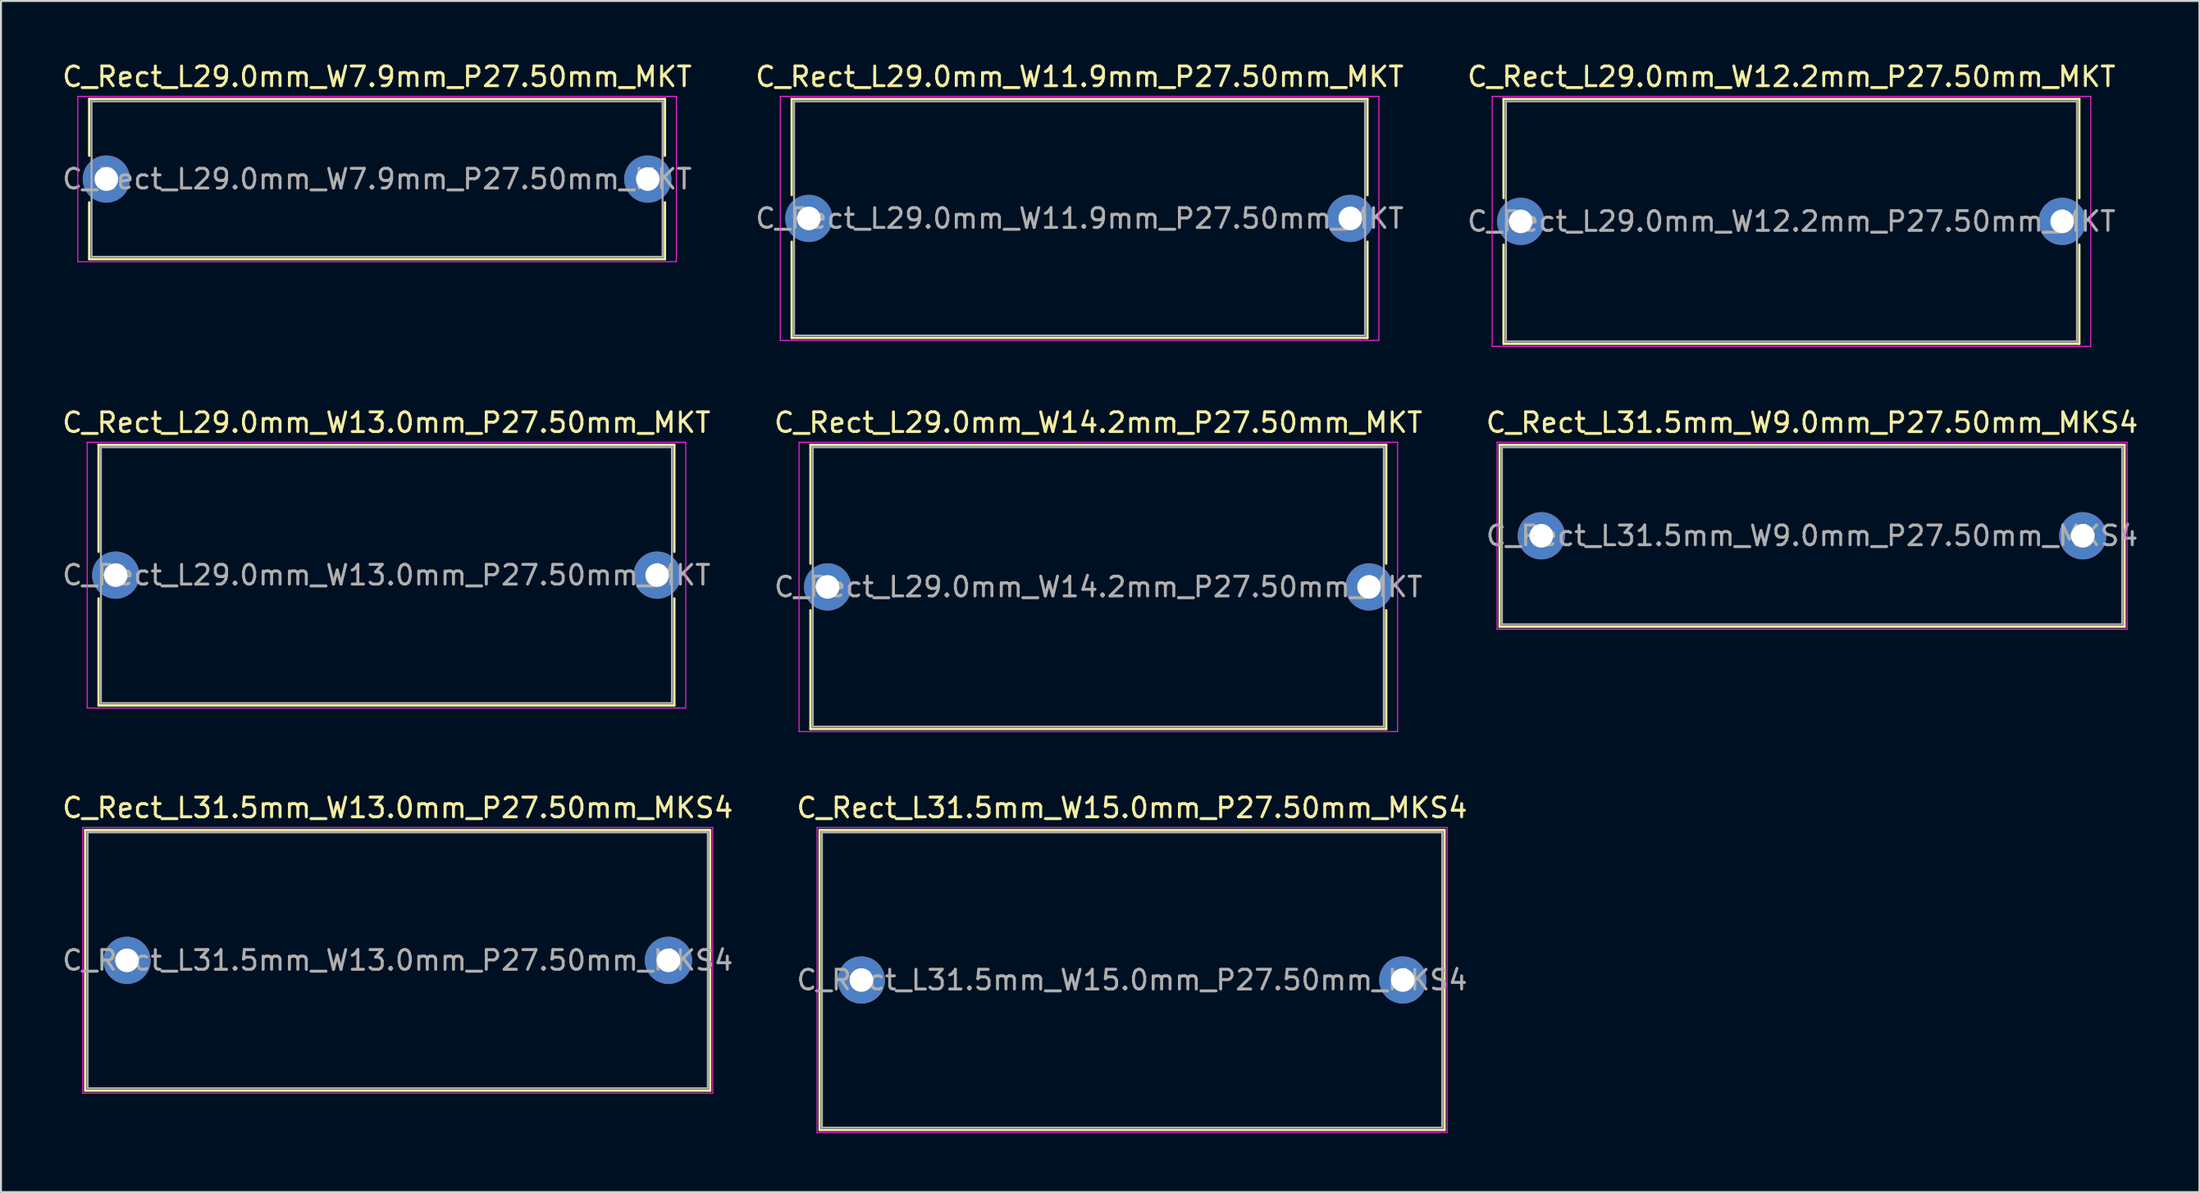
<source format=kicad_pcb>
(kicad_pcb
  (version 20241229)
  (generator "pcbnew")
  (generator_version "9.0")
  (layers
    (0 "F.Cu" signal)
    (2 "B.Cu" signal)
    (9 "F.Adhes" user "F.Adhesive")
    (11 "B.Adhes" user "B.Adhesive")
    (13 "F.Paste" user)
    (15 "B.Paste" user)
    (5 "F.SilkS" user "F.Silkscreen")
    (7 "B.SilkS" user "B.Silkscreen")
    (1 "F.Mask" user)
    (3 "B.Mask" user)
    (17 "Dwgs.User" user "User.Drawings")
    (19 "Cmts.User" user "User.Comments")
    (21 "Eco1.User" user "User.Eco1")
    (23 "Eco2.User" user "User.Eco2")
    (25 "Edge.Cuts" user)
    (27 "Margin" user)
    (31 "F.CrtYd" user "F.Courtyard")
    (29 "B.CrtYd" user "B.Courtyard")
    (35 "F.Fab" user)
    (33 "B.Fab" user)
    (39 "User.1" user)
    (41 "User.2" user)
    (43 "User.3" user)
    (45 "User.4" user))
  (footprint "C_Rect_L31.5mm_W9.0mm_P27.50mm_MKS4"
    (layer "F.Cu")
    (at 75.232 24.172)
    (property "Reference" "C_Rect_L31.5mm_W9.0mm_P27.50mm_MKS4" (at 13.75 -5.75 0) (layer "F.SilkS") (effects (font (size 1 1) (thickness 0.15))))
    (attr through_hole)
    (fp_line (start -2.12 -4.62) (end -2.12 4.62) (stroke (width 0.12) (type solid)) (layer "F.SilkS"))
    (fp_line (start -2.12 -4.62) (end 29.62 -4.62) (stroke (width 0.12) (type solid)) (layer "F.SilkS"))
    (fp_line (start -2.12 4.62) (end 29.62 4.62) (stroke (width 0.12) (type solid)) (layer "F.SilkS"))
    (fp_line (start 29.62 -4.62) (end 29.62 4.62) (stroke (width 0.12) (type solid)) (layer "F.SilkS"))
    (fp_line (start -2.25 -4.75) (end -2.25 4.75) (stroke (width 0.05) (type solid)) (layer "F.CrtYd"))
    (fp_line (start -2.25 4.75) (end 29.75 4.75) (stroke (width 0.05) (type solid)) (layer "F.CrtYd"))
    (fp_line (start 29.75 -4.75) (end -2.25 -4.75) (stroke (width 0.05) (type solid)) (layer "F.CrtYd"))
    (fp_line (start 29.75 4.75) (end 29.75 -4.75) (stroke (width 0.05) (type solid)) (layer "F.CrtYd"))
    (fp_line (start -2 -4.5) (end -2 4.5) (stroke (width 0.1) (type solid)) (layer "F.Fab"))
    (fp_line (start -2 4.5) (end 29.5 4.5) (stroke (width 0.1) (type solid)) (layer "F.Fab"))
    (fp_line (start 29.5 -4.5) (end -2 -4.5) (stroke (width 0.1) (type solid)) (layer "F.Fab"))
    (fp_line (start 29.5 4.5) (end 29.5 -4.5) (stroke (width 0.1) (type solid)) (layer "F.Fab"))
    (fp_text user "${REFERENCE}" (at 13.75 0 0) (layer "F.Fab") (effects (font (size 1 1) (thickness 0.15))))
    (pad "1" thru_hole circle (at 0 0) (size 2.4 2.4) (drill 1.2) (layers "*.Cu" "*.Mask"))
    (pad "2" thru_hole circle (at 27.5 0) (size 2.4 2.4) (drill 1.2) (layers "*.Cu" "*.Mask")))
  (footprint "C_Rect_L29.0mm_W7.9mm_P27.50mm_MKT"
    (layer "F.Cu")
    (at 2.351 6.048)
    (property "Reference" "C_Rect_L29.0mm_W7.9mm_P27.50mm_MKT" (at 13.75 -5.2 0) (layer "F.SilkS") (effects (font (size 1 1) (thickness 0.15))))
    (attr through_hole)
    (fp_line (start -0.87 -4.07) (end -0.87 -1.185) (stroke (width 0.12) (type solid)) (layer "F.SilkS"))
    (fp_line (start -0.87 -4.07) (end 28.37 -4.07) (stroke (width 0.12) (type solid)) (layer "F.SilkS"))
    (fp_line (start -0.87 1.185) (end -0.87 4.07) (stroke (width 0.12) (type solid)) (layer "F.SilkS"))
    (fp_line (start -0.87 4.07) (end 28.37 4.07) (stroke (width 0.12) (type solid)) (layer "F.SilkS"))
    (fp_line (start 28.37 -4.07) (end 28.37 -1.185) (stroke (width 0.12) (type solid)) (layer "F.SilkS"))
    (fp_line (start 28.37 1.185) (end 28.37 4.07) (stroke (width 0.12) (type solid)) (layer "F.SilkS"))
    (fp_line (start -1.45 -4.2) (end -1.45 4.2) (stroke (width 0.05) (type solid)) (layer "F.CrtYd"))
    (fp_line (start -1.45 4.2) (end 28.95 4.2) (stroke (width 0.05) (type solid)) (layer "F.CrtYd"))
    (fp_line (start 28.95 -4.2) (end -1.45 -4.2) (stroke (width 0.05) (type solid)) (layer "F.CrtYd"))
    (fp_line (start 28.95 4.2) (end 28.95 -4.2) (stroke (width 0.05) (type solid)) (layer "F.CrtYd"))
    (fp_line (start -0.75 -3.95) (end -0.75 3.95) (stroke (width 0.1) (type solid)) (layer "F.Fab"))
    (fp_line (start -0.75 3.95) (end 28.25 3.95) (stroke (width 0.1) (type solid)) (layer "F.Fab"))
    (fp_line (start 28.25 -3.95) (end -0.75 -3.95) (stroke (width 0.1) (type solid)) (layer "F.Fab"))
    (fp_line (start 28.25 3.95) (end 28.25 -3.95) (stroke (width 0.1) (type solid)) (layer "F.Fab"))
    (fp_text user "${REFERENCE}" (at 13.75 0 0) (layer "F.Fab") (effects (font (size 1 1) (thickness 0.15))))
    (pad "1" thru_hole circle (at 0 0) (size 2.4 2.4) (drill 1.2) (layers "*.Cu" "*.Mask"))
    (pad "2" thru_hole circle (at 27.5 0) (size 2.4 2.4) (drill 1.2) (layers "*.Cu" "*.Mask")))
  (footprint "C_Rect_L31.5mm_W15.0mm_P27.50mm_MKS4"
    (layer "F.Cu")
    (at 40.696 46.745)
    (property "Reference" "C_Rect_L31.5mm_W15.0mm_P27.50mm_MKS4" (at 13.75 -8.75 0) (layer "F.SilkS") (effects (font (size 1 1) (thickness 0.15))))
    (attr through_hole)
    (fp_line (start -2.12 -7.62) (end -2.12 7.62) (stroke (width 0.12) (type solid)) (layer "F.SilkS"))
    (fp_line (start -2.12 -7.62) (end 29.62 -7.62) (stroke (width 0.12) (type solid)) (layer "F.SilkS"))
    (fp_line (start -2.12 7.62) (end 29.62 7.62) (stroke (width 0.12) (type solid)) (layer "F.SilkS"))
    (fp_line (start 29.62 -7.62) (end 29.62 7.62) (stroke (width 0.12) (type solid)) (layer "F.SilkS"))
    (fp_line (start -2.25 -7.75) (end -2.25 7.75) (stroke (width 0.05) (type solid)) (layer "F.CrtYd"))
    (fp_line (start -2.25 7.75) (end 29.75 7.75) (stroke (width 0.05) (type solid)) (layer "F.CrtYd"))
    (fp_line (start 29.75 -7.75) (end -2.25 -7.75) (stroke (width 0.05) (type solid)) (layer "F.CrtYd"))
    (fp_line (start 29.75 7.75) (end 29.75 -7.75) (stroke (width 0.05) (type solid)) (layer "F.CrtYd"))
    (fp_line (start -2 -7.5) (end -2 7.5) (stroke (width 0.1) (type solid)) (layer "F.Fab"))
    (fp_line (start -2 7.5) (end 29.5 7.5) (stroke (width 0.1) (type solid)) (layer "F.Fab"))
    (fp_line (start 29.5 -7.5) (end -2 -7.5) (stroke (width 0.1) (type solid)) (layer "F.Fab"))
    (fp_line (start 29.5 7.5) (end 29.5 -7.5) (stroke (width 0.1) (type solid)) (layer "F.Fab"))
    (fp_text user "${REFERENCE}" (at 13.75 0 0) (layer "F.Fab") (effects (font (size 1 1) (thickness 0.15))))
    (pad "1" thru_hole circle (at 0 0) (size 2.4 2.4) (drill 1.2) (layers "*.Cu" "*.Mask"))
    (pad "2" thru_hole circle (at 27.5 0) (size 2.4 2.4) (drill 1.2) (layers "*.Cu" "*.Mask")))
  (footprint "C_Rect_L29.0mm_W12.2mm_P27.50mm_MKT"
    (layer "F.Cu")
    (at 74.185 8.198)
    (property "Reference" "C_Rect_L29.0mm_W12.2mm_P27.50mm_MKT" (at 13.75 -7.35 0) (layer "F.SilkS") (effects (font (size 1 1) (thickness 0.15))))
    (attr through_hole)
    (fp_line (start -0.87 -6.22) (end -0.87 -1.185) (stroke (width 0.12) (type solid)) (layer "F.SilkS"))
    (fp_line (start -0.87 -6.22) (end 28.37 -6.22) (stroke (width 0.12) (type solid)) (layer "F.SilkS"))
    (fp_line (start -0.87 1.185) (end -0.87 6.22) (stroke (width 0.12) (type solid)) (layer "F.SilkS"))
    (fp_line (start -0.87 6.22) (end 28.37 6.22) (stroke (width 0.12) (type solid)) (layer "F.SilkS"))
    (fp_line (start 28.37 -6.22) (end 28.37 -1.185) (stroke (width 0.12) (type solid)) (layer "F.SilkS"))
    (fp_line (start 28.37 1.185) (end 28.37 6.22) (stroke (width 0.12) (type solid)) (layer "F.SilkS"))
    (fp_line (start -1.45 -6.35) (end -1.45 6.35) (stroke (width 0.05) (type solid)) (layer "F.CrtYd"))
    (fp_line (start -1.45 6.35) (end 28.95 6.35) (stroke (width 0.05) (type solid)) (layer "F.CrtYd"))
    (fp_line (start 28.95 -6.35) (end -1.45 -6.35) (stroke (width 0.05) (type solid)) (layer "F.CrtYd"))
    (fp_line (start 28.95 6.35) (end 28.95 -6.35) (stroke (width 0.05) (type solid)) (layer "F.CrtYd"))
    (fp_line (start -0.75 -6.1) (end -0.75 6.1) (stroke (width 0.1) (type solid)) (layer "F.Fab"))
    (fp_line (start -0.75 6.1) (end 28.25 6.1) (stroke (width 0.1) (type solid)) (layer "F.Fab"))
    (fp_line (start 28.25 -6.1) (end -0.75 -6.1) (stroke (width 0.1) (type solid)) (layer "F.Fab"))
    (fp_line (start 28.25 6.1) (end 28.25 -6.1) (stroke (width 0.1) (type solid)) (layer "F.Fab"))
    (fp_text user "${REFERENCE}" (at 13.75 0 0) (layer "F.Fab") (effects (font (size 1 1) (thickness 0.15))))
    (pad "1" thru_hole circle (at 0 0) (size 2.4 2.4) (drill 1.2) (layers "*.Cu" "*.Mask"))
    (pad "2" thru_hole circle (at 27.5 0) (size 2.4 2.4) (drill 1.2) (layers "*.Cu" "*.Mask")))
  (footprint "C_Rect_L29.0mm_W11.9mm_P27.50mm_MKT"
    (layer "F.Cu")
    (at 38.03 8.048)
    (property "Reference" "C_Rect_L29.0mm_W11.9mm_P27.50mm_MKT" (at 13.75 -7.2 0) (layer "F.SilkS") (effects (font (size 1 1) (thickness 0.15))))
    (attr through_hole)
    (fp_line (start -0.87 -6.07) (end -0.87 -1.185) (stroke (width 0.12) (type solid)) (layer "F.SilkS"))
    (fp_line (start -0.87 -6.07) (end 28.37 -6.07) (stroke (width 0.12) (type solid)) (layer "F.SilkS"))
    (fp_line (start -0.87 1.185) (end -0.87 6.07) (stroke (width 0.12) (type solid)) (layer "F.SilkS"))
    (fp_line (start -0.87 6.07) (end 28.37 6.07) (stroke (width 0.12) (type solid)) (layer "F.SilkS"))
    (fp_line (start 28.37 -6.07) (end 28.37 -1.185) (stroke (width 0.12) (type solid)) (layer "F.SilkS"))
    (fp_line (start 28.37 1.185) (end 28.37 6.07) (stroke (width 0.12) (type solid)) (layer "F.SilkS"))
    (fp_line (start -1.45 -6.2) (end -1.45 6.2) (stroke (width 0.05) (type solid)) (layer "F.CrtYd"))
    (fp_line (start -1.45 6.2) (end 28.95 6.2) (stroke (width 0.05) (type solid)) (layer "F.CrtYd"))
    (fp_line (start 28.95 -6.2) (end -1.45 -6.2) (stroke (width 0.05) (type solid)) (layer "F.CrtYd"))
    (fp_line (start 28.95 6.2) (end 28.95 -6.2) (stroke (width 0.05) (type solid)) (layer "F.CrtYd"))
    (fp_line (start -0.75 -5.95) (end -0.75 5.95) (stroke (width 0.1) (type solid)) (layer "F.Fab"))
    (fp_line (start -0.75 5.95) (end 28.25 5.95) (stroke (width 0.1) (type solid)) (layer "F.Fab"))
    (fp_line (start 28.25 -5.95) (end -0.75 -5.95) (stroke (width 0.1) (type solid)) (layer "F.Fab"))
    (fp_line (start 28.25 5.95) (end 28.25 -5.95) (stroke (width 0.1) (type solid)) (layer "F.Fab"))
    (fp_text user "${REFERENCE}" (at 13.75 0 0) (layer "F.Fab") (effects (font (size 1 1) (thickness 0.15))))
    (pad "1" thru_hole circle (at 0 0) (size 2.4 2.4) (drill 1.2) (layers "*.Cu" "*.Mask"))
    (pad "2" thru_hole circle (at 27.5 0) (size 2.4 2.4) (drill 1.2) (layers "*.Cu" "*.Mask")))
  (footprint "C_Rect_L31.5mm_W13.0mm_P27.50mm_MKS4"
    (layer "F.Cu")
    (at 3.399 45.745)
    (property "Reference" "C_Rect_L31.5mm_W13.0mm_P27.50mm_MKS4" (at 13.75 -7.75 0) (layer "F.SilkS") (effects (font (size 1 1) (thickness 0.15))))
    (attr through_hole)
    (fp_line (start -2.12 -6.62) (end -2.12 6.62) (stroke (width 0.12) (type solid)) (layer "F.SilkS"))
    (fp_line (start -2.12 -6.62) (end 29.62 -6.62) (stroke (width 0.12) (type solid)) (layer "F.SilkS"))
    (fp_line (start -2.12 6.62) (end 29.62 6.62) (stroke (width 0.12) (type solid)) (layer "F.SilkS"))
    (fp_line (start 29.62 -6.62) (end 29.62 6.62) (stroke (width 0.12) (type solid)) (layer "F.SilkS"))
    (fp_line (start -2.25 -6.75) (end -2.25 6.75) (stroke (width 0.05) (type solid)) (layer "F.CrtYd"))
    (fp_line (start -2.25 6.75) (end 29.75 6.75) (stroke (width 0.05) (type solid)) (layer "F.CrtYd"))
    (fp_line (start 29.75 -6.75) (end -2.25 -6.75) (stroke (width 0.05) (type solid)) (layer "F.CrtYd"))
    (fp_line (start 29.75 6.75) (end 29.75 -6.75) (stroke (width 0.05) (type solid)) (layer "F.CrtYd"))
    (fp_line (start -2 -6.5) (end -2 6.5) (stroke (width 0.1) (type solid)) (layer "F.Fab"))
    (fp_line (start -2 6.5) (end 29.5 6.5) (stroke (width 0.1) (type solid)) (layer "F.Fab"))
    (fp_line (start 29.5 -6.5) (end -2 -6.5) (stroke (width 0.1) (type solid)) (layer "F.Fab"))
    (fp_line (start 29.5 6.5) (end 29.5 -6.5) (stroke (width 0.1) (type solid)) (layer "F.Fab"))
    (fp_text user "${REFERENCE}" (at 13.75 0 0) (layer "F.Fab") (effects (font (size 1 1) (thickness 0.15))))
    (pad "1" thru_hole circle (at 0 0) (size 2.4 2.4) (drill 1.2) (layers "*.Cu" "*.Mask"))
    (pad "2" thru_hole circle (at 27.5 0) (size 2.4 2.4) (drill 1.2) (layers "*.Cu" "*.Mask")))
  (footprint "C_Rect_L29.0mm_W13.0mm_P27.50mm_MKT"
    (layer "F.Cu")
    (at 2.827 26.172)
    (property "Reference" "C_Rect_L29.0mm_W13.0mm_P27.50mm_MKT" (at 13.75 -7.75 0) (layer "F.SilkS") (effects (font (size 1 1) (thickness 0.15))))
    (attr through_hole)
    (fp_line (start -0.87 -6.62) (end -0.87 -1.185) (stroke (width 0.12) (type solid)) (layer "F.SilkS"))
    (fp_line (start -0.87 -6.62) (end 28.37 -6.62) (stroke (width 0.12) (type solid)) (layer "F.SilkS"))
    (fp_line (start -0.87 1.185) (end -0.87 6.62) (stroke (width 0.12) (type solid)) (layer "F.SilkS"))
    (fp_line (start -0.87 6.62) (end 28.37 6.62) (stroke (width 0.12) (type solid)) (layer "F.SilkS"))
    (fp_line (start 28.37 -6.62) (end 28.37 -1.185) (stroke (width 0.12) (type solid)) (layer "F.SilkS"))
    (fp_line (start 28.37 1.185) (end 28.37 6.62) (stroke (width 0.12) (type solid)) (layer "F.SilkS"))
    (fp_line (start -1.45 -6.75) (end -1.45 6.75) (stroke (width 0.05) (type solid)) (layer "F.CrtYd"))
    (fp_line (start -1.45 6.75) (end 28.95 6.75) (stroke (width 0.05) (type solid)) (layer "F.CrtYd"))
    (fp_line (start 28.95 -6.75) (end -1.45 -6.75) (stroke (width 0.05) (type solid)) (layer "F.CrtYd"))
    (fp_line (start 28.95 6.75) (end 28.95 -6.75) (stroke (width 0.05) (type solid)) (layer "F.CrtYd"))
    (fp_line (start -0.75 -6.5) (end -0.75 6.5) (stroke (width 0.1) (type solid)) (layer "F.Fab"))
    (fp_line (start -0.75 6.5) (end 28.25 6.5) (stroke (width 0.1) (type solid)) (layer "F.Fab"))
    (fp_line (start 28.25 -6.5) (end -0.75 -6.5) (stroke (width 0.1) (type solid)) (layer "F.Fab"))
    (fp_line (start 28.25 6.5) (end 28.25 -6.5) (stroke (width 0.1) (type solid)) (layer "F.Fab"))
    (fp_text user "${REFERENCE}" (at 13.75 0 0) (layer "F.Fab") (effects (font (size 1 1) (thickness 0.15))))
    (pad "1" thru_hole circle (at 0 0) (size 2.4 2.4) (drill 1.2) (layers "*.Cu" "*.Mask"))
    (pad "2" thru_hole circle (at 27.5 0) (size 2.4 2.4) (drill 1.2) (layers "*.Cu" "*.Mask")))
  (footprint "C_Rect_L29.0mm_W14.2mm_P27.50mm_MKT"
    (layer "F.Cu")
    (at 38.982 26.771)
    (property "Reference" "C_Rect_L29.0mm_W14.2mm_P27.50mm_MKT" (at 13.75 -8.35 0) (layer "F.SilkS") (effects (font (size 1 1) (thickness 0.15))))
    (attr through_hole)
    (fp_line (start -0.87 -7.22) (end -0.87 -1.185) (stroke (width 0.12) (type solid)) (layer "F.SilkS"))
    (fp_line (start -0.87 -7.22) (end 28.37 -7.22) (stroke (width 0.12) (type solid)) (layer "F.SilkS"))
    (fp_line (start -0.87 1.185) (end -0.87 7.22) (stroke (width 0.12) (type solid)) (layer "F.SilkS"))
    (fp_line (start -0.87 7.22) (end 28.37 7.22) (stroke (width 0.12) (type solid)) (layer "F.SilkS"))
    (fp_line (start 28.37 -7.22) (end 28.37 -1.185) (stroke (width 0.12) (type solid)) (layer "F.SilkS"))
    (fp_line (start 28.37 1.185) (end 28.37 7.22) (stroke (width 0.12) (type solid)) (layer "F.SilkS"))
    (fp_line (start -1.45 -7.35) (end -1.45 7.35) (stroke (width 0.05) (type solid)) (layer "F.CrtYd"))
    (fp_line (start -1.45 7.35) (end 28.95 7.35) (stroke (width 0.05) (type solid)) (layer "F.CrtYd"))
    (fp_line (start 28.95 -7.35) (end -1.45 -7.35) (stroke (width 0.05) (type solid)) (layer "F.CrtYd"))
    (fp_line (start 28.95 7.35) (end 28.95 -7.35) (stroke (width 0.05) (type solid)) (layer "F.CrtYd"))
    (fp_line (start -0.75 -7.1) (end -0.75 7.1) (stroke (width 0.1) (type solid)) (layer "F.Fab"))
    (fp_line (start -0.75 7.1) (end 28.25 7.1) (stroke (width 0.1) (type solid)) (layer "F.Fab"))
    (fp_line (start 28.25 -7.1) (end -0.75 -7.1) (stroke (width 0.1) (type solid)) (layer "F.Fab"))
    (fp_line (start 28.25 7.1) (end 28.25 -7.1) (stroke (width 0.1) (type solid)) (layer "F.Fab"))
    (fp_text user "${REFERENCE}" (at 13.75 0 0) (layer "F.Fab") (effects (font (size 1 1) (thickness 0.15))))
    (pad "1" thru_hole circle (at 0 0) (size 2.4 2.4) (drill 1.2) (layers "*.Cu" "*.Mask"))
    (pad "2" thru_hole circle (at 27.5 0) (size 2.4 2.4) (drill 1.2) (layers "*.Cu" "*.Mask")))
  (gr_rect
    (start -3 -3)
    (end 108.655 57.52)
    (stroke (width 0.1) (type default))
    (fill no)
    (layer "Edge.Cuts")))
</source>
